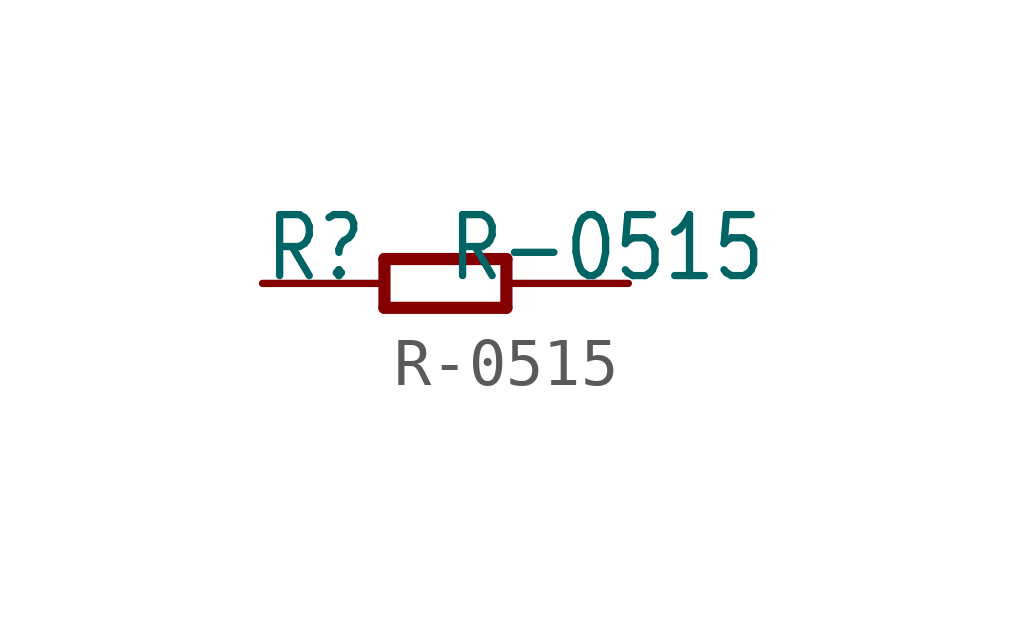
<source format=kicad_sym>
(kicad_symbol_lib
  (version 20211014)
  (generator kicad_symbol_editor)
  (symbol "R-0515"
    (property "Reference" "R"
      (at -3.81 0 0)
      (effects (font (size 1.27 1.079)) (justify left bottom)))
    (property "Value" "R-0515"
      (at 0 0 0)
      (effects (font (size 1.27 1.079)) (justify left bottom)))
    (property "ki_locked" ""
      (at 0 0 0)
      (effects (font (size 1.27 1.27))))
    (symbol "R-0515_1_0"
      (polyline (pts (xy -1.27 -0.508) (xy -1.27 0.508)) (stroke (width 0.254) (type default) (color 0 0 0 0)) (fill (type none)))
      (polyline (pts (xy -1.27 0.508) (xy 1.27 0.508)) (stroke (width 0.254) (type default) (color 0 0 0 0)) (fill (type none)))
      (polyline (pts (xy 1.27 -0.508) (xy -1.27 -0.508)) (stroke (width 0.254) (type default) (color 0 0 0 0)) (fill (type none)))
      (polyline (pts (xy 1.27 0.508) (xy 1.27 -0.508)) (stroke (width 0.254) (type default) (color 0 0 0 0)) (fill (type none)))
      (pin passive line (at -3.81 0 0) (length 2.54) (name "1" (effects (font (size 0 0)))) (number "P$1" (effects (font (size 0 0)))))
      (pin passive line (at 3.81 0 180) (length 2.54) (name "2" (effects (font (size 0 0)))) (number "P$2" (effects (font (size 0 0))))))))
</source>
